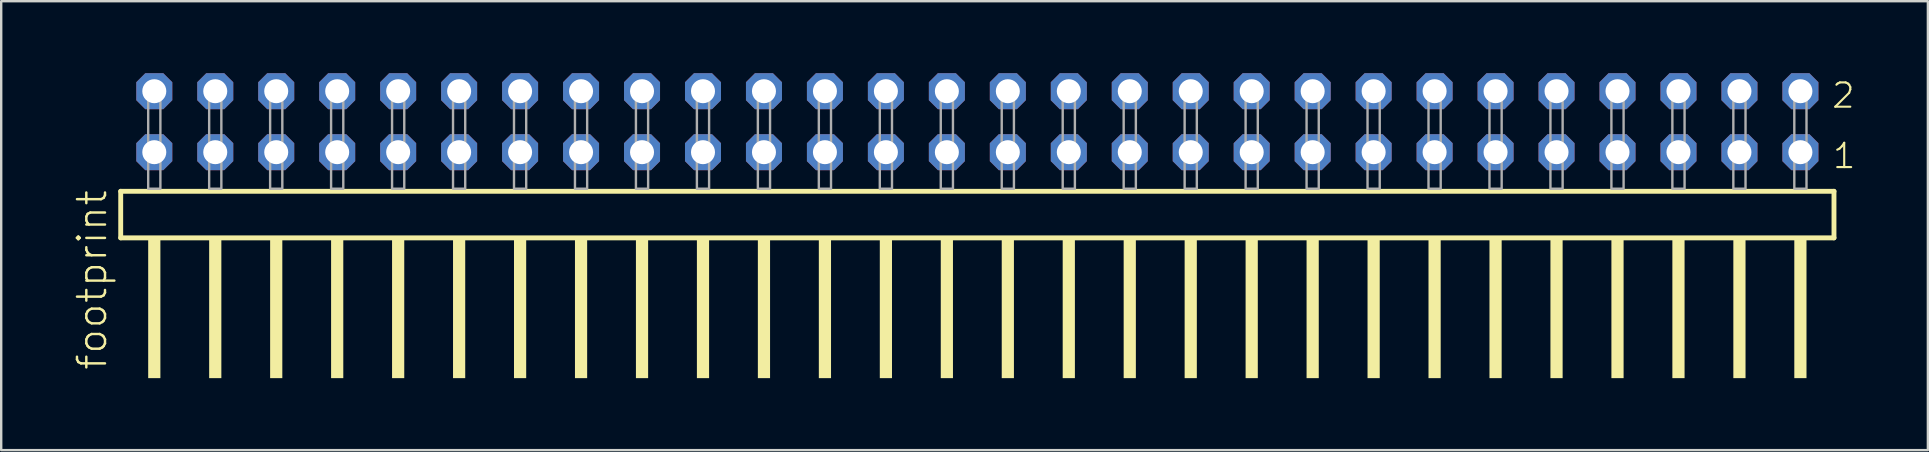
<source format=kicad_pcb>
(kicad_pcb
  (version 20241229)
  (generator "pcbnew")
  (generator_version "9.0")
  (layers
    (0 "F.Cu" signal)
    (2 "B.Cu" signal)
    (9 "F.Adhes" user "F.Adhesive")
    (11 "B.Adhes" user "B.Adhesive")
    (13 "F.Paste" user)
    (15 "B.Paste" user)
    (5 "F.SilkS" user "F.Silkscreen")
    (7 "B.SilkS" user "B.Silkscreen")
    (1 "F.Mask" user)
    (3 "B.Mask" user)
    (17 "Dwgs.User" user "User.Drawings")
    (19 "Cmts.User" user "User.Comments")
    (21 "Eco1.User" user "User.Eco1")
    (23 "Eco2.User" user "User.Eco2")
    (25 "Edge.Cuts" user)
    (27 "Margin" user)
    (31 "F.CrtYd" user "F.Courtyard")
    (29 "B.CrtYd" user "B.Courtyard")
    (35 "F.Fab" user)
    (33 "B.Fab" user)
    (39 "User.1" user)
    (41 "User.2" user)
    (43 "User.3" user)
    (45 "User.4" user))
  (footprint "footprint"
    (layer "F.Cu")
    (at 37.668 4.814)
    (property "Reference" "footprint" (at -36.195 7.62 90) (layer "F.SilkS") (effects (font (size 1.168 1.168) (thickness 0.102)) (justify left bottom)))
    (fp_line (start -35.689 0.106) (end -35.689 2.046) (stroke (width 0.203) (type solid)) (layer "F.SilkS"))
    (fp_line (start -35.689 2.046) (end 35.689 2.046) (stroke (width 0.203) (type solid)) (layer "F.SilkS"))
    (fp_line (start 35.689 0.106) (end -35.689 0.106) (stroke (width 0.203) (type solid)) (layer "F.SilkS"))
    (fp_line (start 35.689 2.046) (end 35.689 0.106) (stroke (width 0.203) (type solid)) (layer "F.SilkS"))
    (fp_poly (pts (xy -34.544 7.89) (xy -34.036 7.89) (xy -34.036 2.04) (xy -34.544 2.04)) (stroke (width 0) (type solid)) (fill yes) (layer "F.SilkS"))
    (fp_poly (pts (xy -32.004 7.89) (xy -31.496 7.89) (xy -31.496 2.04) (xy -32.004 2.04)) (stroke (width 0) (type solid)) (fill yes) (layer "F.SilkS"))
    (fp_poly (pts (xy -29.464 7.89) (xy -28.956 7.89) (xy -28.956 2.04) (xy -29.464 2.04)) (stroke (width 0) (type solid)) (fill yes) (layer "F.SilkS"))
    (fp_poly (pts (xy -26.924 7.89) (xy -26.416 7.89) (xy -26.416 2.04) (xy -26.924 2.04)) (stroke (width 0) (type solid)) (fill yes) (layer "F.SilkS"))
    (fp_poly (pts (xy -24.384 7.89) (xy -23.876 7.89) (xy -23.876 2.04) (xy -24.384 2.04)) (stroke (width 0) (type solid)) (fill yes) (layer "F.SilkS"))
    (fp_poly (pts (xy -21.844 7.89) (xy -21.336 7.89) (xy -21.336 2.04) (xy -21.844 2.04)) (stroke (width 0) (type solid)) (fill yes) (layer "F.SilkS"))
    (fp_poly (pts (xy -19.304 7.89) (xy -18.796 7.89) (xy -18.796 2.04) (xy -19.304 2.04)) (stroke (width 0) (type solid)) (fill yes) (layer "F.SilkS"))
    (fp_poly (pts (xy -16.764 7.89) (xy -16.256 7.89) (xy -16.256 2.04) (xy -16.764 2.04)) (stroke (width 0) (type solid)) (fill yes) (layer "F.SilkS"))
    (fp_poly (pts (xy -14.224 7.89) (xy -13.716 7.89) (xy -13.716 2.04) (xy -14.224 2.04)) (stroke (width 0) (type solid)) (fill yes) (layer "F.SilkS"))
    (fp_poly (pts (xy -11.684 7.89) (xy -11.176 7.89) (xy -11.176 2.04) (xy -11.684 2.04)) (stroke (width 0) (type solid)) (fill yes) (layer "F.SilkS"))
    (fp_poly (pts (xy -9.144 7.89) (xy -8.636 7.89) (xy -8.636 2.04) (xy -9.144 2.04)) (stroke (width 0) (type solid)) (fill yes) (layer "F.SilkS"))
    (fp_poly (pts (xy -6.604 7.89) (xy -6.096 7.89) (xy -6.096 2.04) (xy -6.604 2.04)) (stroke (width 0) (type solid)) (fill yes) (layer "F.SilkS"))
    (fp_poly (pts (xy -4.064 7.89) (xy -3.556 7.89) (xy -3.556 2.04) (xy -4.064 2.04)) (stroke (width 0) (type solid)) (fill yes) (layer "F.SilkS"))
    (fp_poly (pts (xy -1.524 7.89) (xy -1.016 7.89) (xy -1.016 2.04) (xy -1.524 2.04)) (stroke (width 0) (type solid)) (fill yes) (layer "F.SilkS"))
    (fp_poly (pts (xy 1.016 7.89) (xy 1.524 7.89) (xy 1.524 2.04) (xy 1.016 2.04)) (stroke (width 0) (type solid)) (fill yes) (layer "F.SilkS"))
    (fp_poly (pts (xy 3.556 7.89) (xy 4.064 7.89) (xy 4.064 2.04) (xy 3.556 2.04)) (stroke (width 0) (type solid)) (fill yes) (layer "F.SilkS"))
    (fp_poly (pts (xy 6.096 7.89) (xy 6.604 7.89) (xy 6.604 2.04) (xy 6.096 2.04)) (stroke (width 0) (type solid)) (fill yes) (layer "F.SilkS"))
    (fp_poly (pts (xy 8.636 7.89) (xy 9.144 7.89) (xy 9.144 2.04) (xy 8.636 2.04)) (stroke (width 0) (type solid)) (fill yes) (layer "F.SilkS"))
    (fp_poly (pts (xy 11.176 7.89) (xy 11.684 7.89) (xy 11.684 2.04) (xy 11.176 2.04)) (stroke (width 0) (type solid)) (fill yes) (layer "F.SilkS"))
    (fp_poly (pts (xy 13.716 7.89) (xy 14.224 7.89) (xy 14.224 2.04) (xy 13.716 2.04)) (stroke (width 0) (type solid)) (fill yes) (layer "F.SilkS"))
    (fp_poly (pts (xy 16.256 7.89) (xy 16.764 7.89) (xy 16.764 2.04) (xy 16.256 2.04)) (stroke (width 0) (type solid)) (fill yes) (layer "F.SilkS"))
    (fp_poly (pts (xy 18.796 7.89) (xy 19.304 7.89) (xy 19.304 2.04) (xy 18.796 2.04)) (stroke (width 0) (type solid)) (fill yes) (layer "F.SilkS"))
    (fp_poly (pts (xy 21.336 7.89) (xy 21.844 7.89) (xy 21.844 2.04) (xy 21.336 2.04)) (stroke (width 0) (type solid)) (fill yes) (layer "F.SilkS"))
    (fp_poly (pts (xy 23.876 7.89) (xy 24.384 7.89) (xy 24.384 2.04) (xy 23.876 2.04)) (stroke (width 0) (type solid)) (fill yes) (layer "F.SilkS"))
    (fp_poly (pts (xy 26.416 7.89) (xy 26.924 7.89) (xy 26.924 2.04) (xy 26.416 2.04)) (stroke (width 0) (type solid)) (fill yes) (layer "F.SilkS"))
    (fp_poly (pts (xy 28.956 7.89) (xy 29.464 7.89) (xy 29.464 2.04) (xy 28.956 2.04)) (stroke (width 0) (type solid)) (fill yes) (layer "F.SilkS"))
    (fp_poly (pts (xy 31.496 7.89) (xy 32.004 7.89) (xy 32.004 2.04) (xy 31.496 2.04)) (stroke (width 0) (type solid)) (fill yes) (layer "F.SilkS"))
    (fp_poly (pts (xy 34.036 7.89) (xy 34.544 7.89) (xy 34.544 2.04) (xy 34.036 2.04)) (stroke (width 0) (type solid)) (fill yes) (layer "F.SilkS"))
    (fp_poly (pts (xy -34.544 0) (xy -34.036 0) (xy -34.036 -4.318) (xy -34.544 -4.318)) (stroke (width 0.1) (type solid)) (fill no) (layer "F.Fab"))
    (fp_poly (pts (xy -32.004 0) (xy -31.496 0) (xy -31.496 -4.318) (xy -32.004 -4.318)) (stroke (width 0.1) (type solid)) (fill no) (layer "F.Fab"))
    (fp_poly (pts (xy -29.464 0) (xy -28.956 0) (xy -28.956 -4.318) (xy -29.464 -4.318)) (stroke (width 0.1) (type solid)) (fill no) (layer "F.Fab"))
    (fp_poly (pts (xy -26.924 0) (xy -26.416 0) (xy -26.416 -4.318) (xy -26.924 -4.318)) (stroke (width 0.1) (type solid)) (fill no) (layer "F.Fab"))
    (fp_poly (pts (xy -24.384 0) (xy -23.876 0) (xy -23.876 -4.318) (xy -24.384 -4.318)) (stroke (width 0.1) (type solid)) (fill no) (layer "F.Fab"))
    (fp_poly (pts (xy -21.844 0) (xy -21.336 0) (xy -21.336 -4.318) (xy -21.844 -4.318)) (stroke (width 0.1) (type solid)) (fill no) (layer "F.Fab"))
    (fp_poly (pts (xy -19.304 0) (xy -18.796 0) (xy -18.796 -4.318) (xy -19.304 -4.318)) (stroke (width 0.1) (type solid)) (fill no) (layer "F.Fab"))
    (fp_poly (pts (xy -16.764 0) (xy -16.256 0) (xy -16.256 -4.318) (xy -16.764 -4.318)) (stroke (width 0.1) (type solid)) (fill no) (layer "F.Fab"))
    (fp_poly (pts (xy -14.224 0) (xy -13.716 0) (xy -13.716 -4.318) (xy -14.224 -4.318)) (stroke (width 0.1) (type solid)) (fill no) (layer "F.Fab"))
    (fp_poly (pts (xy -11.684 0) (xy -11.176 0) (xy -11.176 -4.318) (xy -11.684 -4.318)) (stroke (width 0.1) (type solid)) (fill no) (layer "F.Fab"))
    (fp_poly (pts (xy -9.144 0) (xy -8.636 0) (xy -8.636 -4.318) (xy -9.144 -4.318)) (stroke (width 0.1) (type solid)) (fill no) (layer "F.Fab"))
    (fp_poly (pts (xy -6.604 0) (xy -6.096 0) (xy -6.096 -4.318) (xy -6.604 -4.318)) (stroke (width 0.1) (type solid)) (fill no) (layer "F.Fab"))
    (fp_poly (pts (xy -4.064 0) (xy -3.556 0) (xy -3.556 -4.318) (xy -4.064 -4.318)) (stroke (width 0.1) (type solid)) (fill no) (layer "F.Fab"))
    (fp_poly (pts (xy -1.524 0) (xy -1.016 0) (xy -1.016 -4.318) (xy -1.524 -4.318)) (stroke (width 0.1) (type solid)) (fill no) (layer "F.Fab"))
    (fp_poly (pts (xy 1.016 0) (xy 1.524 0) (xy 1.524 -4.318) (xy 1.016 -4.318)) (stroke (width 0.1) (type solid)) (fill no) (layer "F.Fab"))
    (fp_poly (pts (xy 3.556 0) (xy 4.064 0) (xy 4.064 -4.318) (xy 3.556 -4.318)) (stroke (width 0.1) (type solid)) (fill no) (layer "F.Fab"))
    (fp_poly (pts (xy 6.096 0) (xy 6.604 0) (xy 6.604 -4.318) (xy 6.096 -4.318)) (stroke (width 0.1) (type solid)) (fill no) (layer "F.Fab"))
    (fp_poly (pts (xy 8.636 0) (xy 9.144 0) (xy 9.144 -4.318) (xy 8.636 -4.318)) (stroke (width 0.1) (type solid)) (fill no) (layer "F.Fab"))
    (fp_poly (pts (xy 11.176 0) (xy 11.684 0) (xy 11.684 -4.318) (xy 11.176 -4.318)) (stroke (width 0.1) (type solid)) (fill no) (layer "F.Fab"))
    (fp_poly (pts (xy 13.716 0) (xy 14.224 0) (xy 14.224 -4.318) (xy 13.716 -4.318)) (stroke (width 0.1) (type solid)) (fill no) (layer "F.Fab"))
    (fp_poly (pts (xy 16.256 0) (xy 16.764 0) (xy 16.764 -4.318) (xy 16.256 -4.318)) (stroke (width 0.1) (type solid)) (fill no) (layer "F.Fab"))
    (fp_poly (pts (xy 18.796 0) (xy 19.304 0) (xy 19.304 -4.318) (xy 18.796 -4.318)) (stroke (width 0.1) (type solid)) (fill no) (layer "F.Fab"))
    (fp_poly (pts (xy 21.336 0) (xy 21.844 0) (xy 21.844 -4.318) (xy 21.336 -4.318)) (stroke (width 0.1) (type solid)) (fill no) (layer "F.Fab"))
    (fp_poly (pts (xy 23.876 0) (xy 24.384 0) (xy 24.384 -4.318) (xy 23.876 -4.318)) (stroke (width 0.1) (type solid)) (fill no) (layer "F.Fab"))
    (fp_poly (pts (xy 26.416 0) (xy 26.924 0) (xy 26.924 -4.318) (xy 26.416 -4.318)) (stroke (width 0.1) (type solid)) (fill no) (layer "F.Fab"))
    (fp_poly (pts (xy 28.956 0) (xy 29.464 0) (xy 29.464 -4.318) (xy 28.956 -4.318)) (stroke (width 0.1) (type solid)) (fill no) (layer "F.Fab"))
    (fp_poly (pts (xy 31.496 0) (xy 32.004 0) (xy 32.004 -4.318) (xy 31.496 -4.318)) (stroke (width 0.1) (type solid)) (fill no) (layer "F.Fab"))
    (fp_poly (pts (xy 34.036 0) (xy 34.544 0) (xy 34.544 -4.318) (xy 34.036 -4.318)) (stroke (width 0.1) (type solid)) (fill no) (layer "F.Fab"))
    (fp_text user "2" (at 35.54 -3.29 0) (layer "F.SilkS") (effects (font (size 1.012 1.012) (thickness 0.088)) (justify left bottom)))
    (fp_text user "1" (at 35.575 -0.775 0) (layer "F.SilkS") (effects (font (size 1.012 1.012) (thickness 0.088)) (justify left bottom)))
    (pad "1" thru_hole roundrect (at 34.29 -1.524 180) (size 1.5 1.5) (drill 1) (layers "*.Cu" "*.Mask") (roundrect_rratio 0.25) (chamfer_ratio 0.25) (chamfer top_left top_right bottom_left bottom_right))
    (pad "2" thru_hole roundrect (at 34.29 -4.064 180) (size 1.5 1.5) (drill 1) (layers "*.Cu" "*.Mask") (roundrect_rratio 0.25) (chamfer_ratio 0.25) (chamfer top_left top_right bottom_left bottom_right))
    (pad "3" thru_hole roundrect (at 31.75 -1.524 180) (size 1.5 1.5) (drill 1) (layers "*.Cu" "*.Mask") (roundrect_rratio 0.25) (chamfer_ratio 0.25) (chamfer top_left top_right bottom_left bottom_right))
    (pad "4" thru_hole roundrect (at 31.75 -4.064 180) (size 1.5 1.5) (drill 1) (layers "*.Cu" "*.Mask") (roundrect_rratio 0.25) (chamfer_ratio 0.25) (chamfer top_left top_right bottom_left bottom_right))
    (pad "5" thru_hole roundrect (at 29.21 -1.524 180) (size 1.5 1.5) (drill 1) (layers "*.Cu" "*.Mask") (roundrect_rratio 0.25) (chamfer_ratio 0.25) (chamfer top_left top_right bottom_left bottom_right))
    (pad "6" thru_hole roundrect (at 29.21 -4.064 180) (size 1.5 1.5) (drill 1) (layers "*.Cu" "*.Mask") (roundrect_rratio 0.25) (chamfer_ratio 0.25) (chamfer top_left top_right bottom_left bottom_right))
    (pad "7" thru_hole roundrect (at 26.67 -1.524 180) (size 1.5 1.5) (drill 1) (layers "*.Cu" "*.Mask") (roundrect_rratio 0.25) (chamfer_ratio 0.25) (chamfer top_left top_right bottom_left bottom_right))
    (pad "8" thru_hole roundrect (at 26.67 -4.064 180) (size 1.5 1.5) (drill 1) (layers "*.Cu" "*.Mask") (roundrect_rratio 0.25) (chamfer_ratio 0.25) (chamfer top_left top_right bottom_left bottom_right))
    (pad "9" thru_hole roundrect (at 24.13 -1.524 180) (size 1.5 1.5) (drill 1) (layers "*.Cu" "*.Mask") (roundrect_rratio 0.25) (chamfer_ratio 0.25) (chamfer top_left top_right bottom_left bottom_right))
    (pad "10" thru_hole roundrect (at 24.13 -4.064 180) (size 1.5 1.5) (drill 1) (layers "*.Cu" "*.Mask") (roundrect_rratio 0.25) (chamfer_ratio 0.25) (chamfer top_left top_right bottom_left bottom_right))
    (pad "11" thru_hole roundrect (at 21.59 -1.524 180) (size 1.5 1.5) (drill 1) (layers "*.Cu" "*.Mask") (roundrect_rratio 0.25) (chamfer_ratio 0.25) (chamfer top_left top_right bottom_left bottom_right))
    (pad "12" thru_hole roundrect (at 21.59 -4.064 180) (size 1.5 1.5) (drill 1) (layers "*.Cu" "*.Mask") (roundrect_rratio 0.25) (chamfer_ratio 0.25) (chamfer top_left top_right bottom_left bottom_right))
    (pad "13" thru_hole roundrect (at 19.05 -1.524 180) (size 1.5 1.5) (drill 1) (layers "*.Cu" "*.Mask") (roundrect_rratio 0.25) (chamfer_ratio 0.25) (chamfer top_left top_right bottom_left bottom_right))
    (pad "14" thru_hole roundrect (at 19.05 -4.064 180) (size 1.5 1.5) (drill 1) (layers "*.Cu" "*.Mask") (roundrect_rratio 0.25) (chamfer_ratio 0.25) (chamfer top_left top_right bottom_left bottom_right))
    (pad "15" thru_hole roundrect (at 16.51 -1.524 180) (size 1.5 1.5) (drill 1) (layers "*.Cu" "*.Mask") (roundrect_rratio 0.25) (chamfer_ratio 0.25) (chamfer top_left top_right bottom_left bottom_right))
    (pad "16" thru_hole roundrect (at 16.51 -4.064 180) (size 1.5 1.5) (drill 1) (layers "*.Cu" "*.Mask") (roundrect_rratio 0.25) (chamfer_ratio 0.25) (chamfer top_left top_right bottom_left bottom_right))
    (pad "17" thru_hole roundrect (at 13.97 -1.524 180) (size 1.5 1.5) (drill 1) (layers "*.Cu" "*.Mask") (roundrect_rratio 0.25) (chamfer_ratio 0.25) (chamfer top_left top_right bottom_left bottom_right))
    (pad "18" thru_hole roundrect (at 13.97 -4.064 180) (size 1.5 1.5) (drill 1) (layers "*.Cu" "*.Mask") (roundrect_rratio 0.25) (chamfer_ratio 0.25) (chamfer top_left top_right bottom_left bottom_right))
    (pad "19" thru_hole roundrect (at 11.43 -1.524 180) (size 1.5 1.5) (drill 1) (layers "*.Cu" "*.Mask") (roundrect_rratio 0.25) (chamfer_ratio 0.25) (chamfer top_left top_right bottom_left bottom_right))
    (pad "20" thru_hole roundrect (at 11.43 -4.064 180) (size 1.5 1.5) (drill 1) (layers "*.Cu" "*.Mask") (roundrect_rratio 0.25) (chamfer_ratio 0.25) (chamfer top_left top_right bottom_left bottom_right))
    (pad "21" thru_hole roundrect (at 8.89 -1.524 180) (size 1.5 1.5) (drill 1) (layers "*.Cu" "*.Mask") (roundrect_rratio 0.25) (chamfer_ratio 0.25) (chamfer top_left top_right bottom_left bottom_right))
    (pad "22" thru_hole roundrect (at 8.89 -4.064 180) (size 1.5 1.5) (drill 1) (layers "*.Cu" "*.Mask") (roundrect_rratio 0.25) (chamfer_ratio 0.25) (chamfer top_left top_right bottom_left bottom_right))
    (pad "23" thru_hole roundrect (at 6.35 -1.524 180) (size 1.5 1.5) (drill 1) (layers "*.Cu" "*.Mask") (roundrect_rratio 0.25) (chamfer_ratio 0.25) (chamfer top_left top_right bottom_left bottom_right))
    (pad "24" thru_hole roundrect (at 6.35 -4.064 180) (size 1.5 1.5) (drill 1) (layers "*.Cu" "*.Mask") (roundrect_rratio 0.25) (chamfer_ratio 0.25) (chamfer top_left top_right bottom_left bottom_right))
    (pad "25" thru_hole roundrect (at 3.81 -1.524 180) (size 1.5 1.5) (drill 1) (layers "*.Cu" "*.Mask") (roundrect_rratio 0.25) (chamfer_ratio 0.25) (chamfer top_left top_right bottom_left bottom_right))
    (pad "26" thru_hole roundrect (at 3.81 -4.064 180) (size 1.5 1.5) (drill 1) (layers "*.Cu" "*.Mask") (roundrect_rratio 0.25) (chamfer_ratio 0.25) (chamfer top_left top_right bottom_left bottom_right))
    (pad "27" thru_hole roundrect (at 1.27 -1.524 180) (size 1.5 1.5) (drill 1) (layers "*.Cu" "*.Mask") (roundrect_rratio 0.25) (chamfer_ratio 0.25) (chamfer top_left top_right bottom_left bottom_right))
    (pad "28" thru_hole roundrect (at 1.27 -4.064 180) (size 1.5 1.5) (drill 1) (layers "*.Cu" "*.Mask") (roundrect_rratio 0.25) (chamfer_ratio 0.25) (chamfer top_left top_right bottom_left bottom_right))
    (pad "29" thru_hole roundrect (at -1.27 -1.524 180) (size 1.5 1.5) (drill 1) (layers "*.Cu" "*.Mask") (roundrect_rratio 0.25) (chamfer_ratio 0.25) (chamfer top_left top_right bottom_left bottom_right))
    (pad "30" thru_hole roundrect (at -1.27 -4.064 180) (size 1.5 1.5) (drill 1) (layers "*.Cu" "*.Mask") (roundrect_rratio 0.25) (chamfer_ratio 0.25) (chamfer top_left top_right bottom_left bottom_right))
    (pad "31" thru_hole roundrect (at -3.81 -1.524 180) (size 1.5 1.5) (drill 1) (layers "*.Cu" "*.Mask") (roundrect_rratio 0.25) (chamfer_ratio 0.25) (chamfer top_left top_right bottom_left bottom_right))
    (pad "32" thru_hole roundrect (at -3.81 -4.064 180) (size 1.5 1.5) (drill 1) (layers "*.Cu" "*.Mask") (roundrect_rratio 0.25) (chamfer_ratio 0.25) (chamfer top_left top_right bottom_left bottom_right))
    (pad "33" thru_hole roundrect (at -6.35 -1.524 180) (size 1.5 1.5) (drill 1) (layers "*.Cu" "*.Mask") (roundrect_rratio 0.25) (chamfer_ratio 0.25) (chamfer top_left top_right bottom_left bottom_right))
    (pad "34" thru_hole roundrect (at -6.35 -4.064 180) (size 1.5 1.5) (drill 1) (layers "*.Cu" "*.Mask") (roundrect_rratio 0.25) (chamfer_ratio 0.25) (chamfer top_left top_right bottom_left bottom_right))
    (pad "35" thru_hole roundrect (at -8.89 -1.524 180) (size 1.5 1.5) (drill 1) (layers "*.Cu" "*.Mask") (roundrect_rratio 0.25) (chamfer_ratio 0.25) (chamfer top_left top_right bottom_left bottom_right))
    (pad "36" thru_hole roundrect (at -8.89 -4.064 180) (size 1.5 1.5) (drill 1) (layers "*.Cu" "*.Mask") (roundrect_rratio 0.25) (chamfer_ratio 0.25) (chamfer top_left top_right bottom_left bottom_right))
    (pad "37" thru_hole roundrect (at -11.43 -1.524 180) (size 1.5 1.5) (drill 1) (layers "*.Cu" "*.Mask") (roundrect_rratio 0.25) (chamfer_ratio 0.25) (chamfer top_left top_right bottom_left bottom_right))
    (pad "38" thru_hole roundrect (at -11.43 -4.064 180) (size 1.5 1.5) (drill 1) (layers "*.Cu" "*.Mask") (roundrect_rratio 0.25) (chamfer_ratio 0.25) (chamfer top_left top_right bottom_left bottom_right))
    (pad "39" thru_hole roundrect (at -13.97 -1.524 180) (size 1.5 1.5) (drill 1) (layers "*.Cu" "*.Mask") (roundrect_rratio 0.25) (chamfer_ratio 0.25) (chamfer top_left top_right bottom_left bottom_right))
    (pad "40" thru_hole roundrect (at -13.97 -4.064 180) (size 1.5 1.5) (drill 1) (layers "*.Cu" "*.Mask") (roundrect_rratio 0.25) (chamfer_ratio 0.25) (chamfer top_left top_right bottom_left bottom_right))
    (pad "41" thru_hole roundrect (at -16.51 -1.524 180) (size 1.5 1.5) (drill 1) (layers "*.Cu" "*.Mask") (roundrect_rratio 0.25) (chamfer_ratio 0.25) (chamfer top_left top_right bottom_left bottom_right))
    (pad "42" thru_hole roundrect (at -16.51 -4.064 180) (size 1.5 1.5) (drill 1) (layers "*.Cu" "*.Mask") (roundrect_rratio 0.25) (chamfer_ratio 0.25) (chamfer top_left top_right bottom_left bottom_right))
    (pad "43" thru_hole roundrect (at -19.05 -1.524 180) (size 1.5 1.5) (drill 1) (layers "*.Cu" "*.Mask") (roundrect_rratio 0.25) (chamfer_ratio 0.25) (chamfer top_left top_right bottom_left bottom_right))
    (pad "44" thru_hole roundrect (at -19.05 -4.064 180) (size 1.5 1.5) (drill 1) (layers "*.Cu" "*.Mask") (roundrect_rratio 0.25) (chamfer_ratio 0.25) (chamfer top_left top_right bottom_left bottom_right))
    (pad "45" thru_hole roundrect (at -21.59 -1.524 180) (size 1.5 1.5) (drill 1) (layers "*.Cu" "*.Mask") (roundrect_rratio 0.25) (chamfer_ratio 0.25) (chamfer top_left top_right bottom_left bottom_right))
    (pad "46" thru_hole roundrect (at -21.59 -4.064 180) (size 1.5 1.5) (drill 1) (layers "*.Cu" "*.Mask") (roundrect_rratio 0.25) (chamfer_ratio 0.25) (chamfer top_left top_right bottom_left bottom_right))
    (pad "47" thru_hole roundrect (at -24.13 -1.524 180) (size 1.5 1.5) (drill 1) (layers "*.Cu" "*.Mask") (roundrect_rratio 0.25) (chamfer_ratio 0.25) (chamfer top_left top_right bottom_left bottom_right))
    (pad "48" thru_hole roundrect (at -24.13 -4.064 180) (size 1.5 1.5) (drill 1) (layers "*.Cu" "*.Mask") (roundrect_rratio 0.25) (chamfer_ratio 0.25) (chamfer top_left top_right bottom_left bottom_right))
    (pad "49" thru_hole roundrect (at -26.67 -1.524 180) (size 1.5 1.5) (drill 1) (layers "*.Cu" "*.Mask") (roundrect_rratio 0.25) (chamfer_ratio 0.25) (chamfer top_left top_right bottom_left bottom_right))
    (pad "50" thru_hole roundrect (at -26.67 -4.064 180) (size 1.5 1.5) (drill 1) (layers "*.Cu" "*.Mask") (roundrect_rratio 0.25) (chamfer_ratio 0.25) (chamfer top_left top_right bottom_left bottom_right))
    (pad "51" thru_hole roundrect (at -29.21 -1.524 180) (size 1.5 1.5) (drill 1) (layers "*.Cu" "*.Mask") (roundrect_rratio 0.25) (chamfer_ratio 0.25) (chamfer top_left top_right bottom_left bottom_right))
    (pad "52" thru_hole roundrect (at -29.21 -4.064 180) (size 1.5 1.5) (drill 1) (layers "*.Cu" "*.Mask") (roundrect_rratio 0.25) (chamfer_ratio 0.25) (chamfer top_left top_right bottom_left bottom_right))
    (pad "53" thru_hole roundrect (at -31.75 -1.524 180) (size 1.5 1.5) (drill 1) (layers "*.Cu" "*.Mask") (roundrect_rratio 0.25) (chamfer_ratio 0.25) (chamfer top_left top_right bottom_left bottom_right))
    (pad "54" thru_hole roundrect (at -31.75 -4.064 180) (size 1.5 1.5) (drill 1) (layers "*.Cu" "*.Mask") (roundrect_rratio 0.25) (chamfer_ratio 0.25) (chamfer top_left top_right bottom_left bottom_right))
    (pad "55" thru_hole roundrect (at -34.29 -1.524 180) (size 1.5 1.5) (drill 1) (layers "*.Cu" "*.Mask") (roundrect_rratio 0.25) (chamfer_ratio 0.25) (chamfer top_left top_right bottom_left bottom_right))
    (pad "56" thru_hole roundrect (at -34.29 -4.064 180) (size 1.5 1.5) (drill 1) (layers "*.Cu" "*.Mask") (roundrect_rratio 0.25) (chamfer_ratio 0.25) (chamfer top_left top_right bottom_left bottom_right)))
  (gr_rect
    (start -3 -3)
    (end 77.269 15.704)
    (stroke (width 0.1) (type default))
    (fill no)
    (layer "Edge.Cuts")))
</source>
